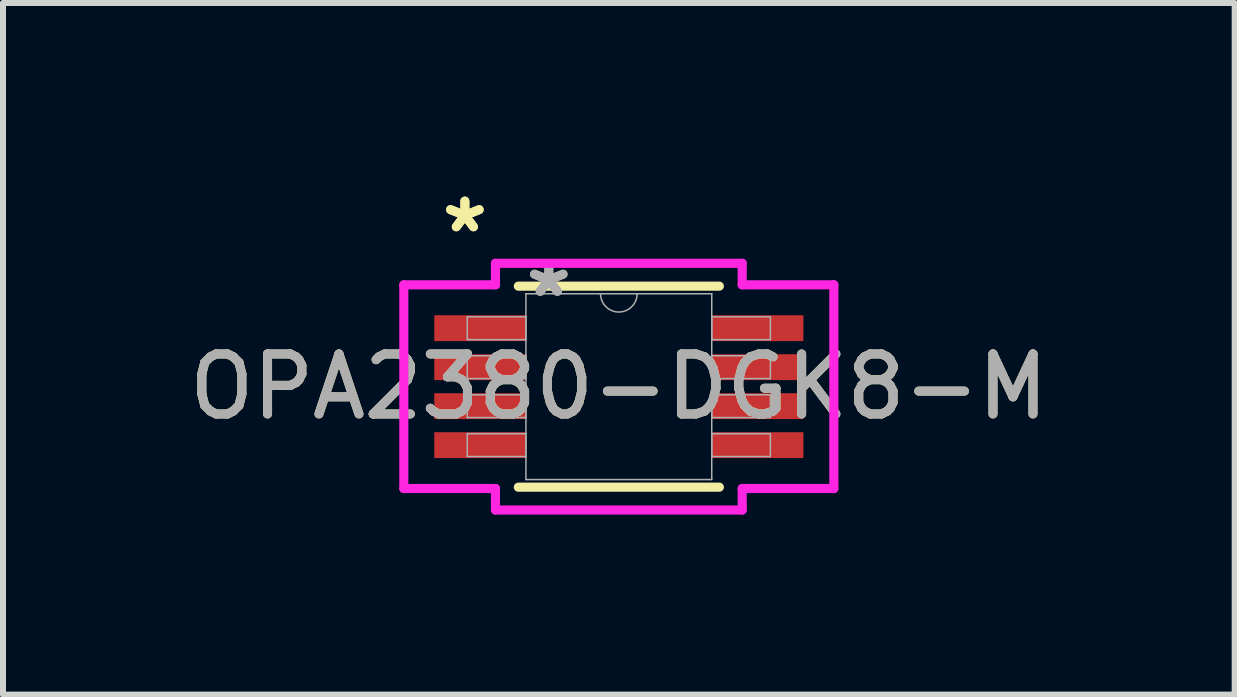
<source format=kicad_pcb>
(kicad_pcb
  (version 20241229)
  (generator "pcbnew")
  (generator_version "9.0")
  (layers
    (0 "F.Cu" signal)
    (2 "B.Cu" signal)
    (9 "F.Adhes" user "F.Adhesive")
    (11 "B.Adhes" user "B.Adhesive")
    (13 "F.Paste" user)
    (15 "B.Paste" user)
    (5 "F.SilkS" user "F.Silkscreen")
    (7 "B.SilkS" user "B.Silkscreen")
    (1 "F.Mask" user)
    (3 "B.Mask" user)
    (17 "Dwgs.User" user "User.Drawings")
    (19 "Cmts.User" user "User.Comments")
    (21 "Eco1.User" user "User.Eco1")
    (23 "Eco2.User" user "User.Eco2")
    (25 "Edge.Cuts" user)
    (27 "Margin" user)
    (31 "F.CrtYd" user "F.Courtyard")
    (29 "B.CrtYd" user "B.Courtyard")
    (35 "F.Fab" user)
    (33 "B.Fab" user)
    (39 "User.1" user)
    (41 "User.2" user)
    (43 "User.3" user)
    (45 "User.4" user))
  (footprint "OPA2380-DGK8-M"
    (layer "F.Cu")
    (at 7.268 3.397)
    (property "Reference" "OPA2380-DGK8-M" (at 0 0 0) (unlocked yes) (layer "F.SilkS") (effects (font (size 1 1) (thickness 0.15))))
    (attr smd)
    (fp_line (start -1.676 1.676) (end 1.676 1.676) (stroke (width 0.152) (type solid)) (layer "F.SilkS"))
    (fp_line (start 1.676 -1.676) (end -1.676 -1.676) (stroke (width 0.152) (type solid)) (layer "F.SilkS"))
    (fp_line (start -3.585 -1.698) (end -2.057 -1.698) (stroke (width 0.152) (type solid)) (layer "F.CrtYd"))
    (fp_line (start -3.585 1.698) (end -3.585 -1.698) (stroke (width 0.152) (type solid)) (layer "F.CrtYd"))
    (fp_line (start -3.585 1.698) (end -2.057 1.698) (stroke (width 0.152) (type solid)) (layer "F.CrtYd"))
    (fp_line (start -2.057 -2.057) (end 2.057 -2.057) (stroke (width 0.152) (type solid)) (layer "F.CrtYd"))
    (fp_line (start -2.057 -1.698) (end -2.057 -2.057) (stroke (width 0.152) (type solid)) (layer "F.CrtYd"))
    (fp_line (start -2.057 2.057) (end -2.057 1.698) (stroke (width 0.152) (type solid)) (layer "F.CrtYd"))
    (fp_line (start 2.057 -2.057) (end 2.057 -1.698) (stroke (width 0.152) (type solid)) (layer "F.CrtYd"))
    (fp_line (start 2.057 1.698) (end 2.057 2.057) (stroke (width 0.152) (type solid)) (layer "F.CrtYd"))
    (fp_line (start 2.057 2.057) (end -2.057 2.057) (stroke (width 0.152) (type solid)) (layer "F.CrtYd"))
    (fp_line (start 3.585 -1.698) (end 2.057 -1.698) (stroke (width 0.152) (type solid)) (layer "F.CrtYd"))
    (fp_line (start 3.585 -1.698) (end 3.585 1.698) (stroke (width 0.152) (type solid)) (layer "F.CrtYd"))
    (fp_line (start 3.585 1.698) (end 2.057 1.698) (stroke (width 0.152) (type solid)) (layer "F.CrtYd"))
    (fp_line (start -2.527 -1.165) (end -2.527 -0.784) (stroke (width 0.025) (type solid)) (layer "F.Fab"))
    (fp_line (start -2.527 -0.784) (end -1.549 -0.784) (stroke (width 0.025) (type solid)) (layer "F.Fab"))
    (fp_line (start -2.527 -0.515) (end -2.527 -0.135) (stroke (width 0.025) (type solid)) (layer "F.Fab"))
    (fp_line (start -2.527 -0.135) (end -1.549 -0.135) (stroke (width 0.025) (type solid)) (layer "F.Fab"))
    (fp_line (start -2.527 0.135) (end -2.527 0.515) (stroke (width 0.025) (type solid)) (layer "F.Fab"))
    (fp_line (start -2.527 0.515) (end -1.549 0.515) (stroke (width 0.025) (type solid)) (layer "F.Fab"))
    (fp_line (start -2.527 0.784) (end -2.527 1.165) (stroke (width 0.025) (type solid)) (layer "F.Fab"))
    (fp_line (start -2.527 1.165) (end -1.549 1.165) (stroke (width 0.025) (type solid)) (layer "F.Fab"))
    (fp_line (start -1.549 -1.549) (end -1.549 1.549) (stroke (width 0.025) (type solid)) (layer "F.Fab"))
    (fp_line (start -1.549 -1.165) (end -2.527 -1.165) (stroke (width 0.025) (type solid)) (layer "F.Fab"))
    (fp_line (start -1.549 -0.784) (end -1.549 -1.165) (stroke (width 0.025) (type solid)) (layer "F.Fab"))
    (fp_line (start -1.549 -0.515) (end -2.527 -0.515) (stroke (width 0.025) (type solid)) (layer "F.Fab"))
    (fp_line (start -1.549 -0.135) (end -1.549 -0.515) (stroke (width 0.025) (type solid)) (layer "F.Fab"))
    (fp_line (start -1.549 0.135) (end -2.527 0.135) (stroke (width 0.025) (type solid)) (layer "F.Fab"))
    (fp_line (start -1.549 0.515) (end -1.549 0.135) (stroke (width 0.025) (type solid)) (layer "F.Fab"))
    (fp_line (start -1.549 0.784) (end -2.527 0.784) (stroke (width 0.025) (type solid)) (layer "F.Fab"))
    (fp_line (start -1.549 1.165) (end -1.549 0.784) (stroke (width 0.025) (type solid)) (layer "F.Fab"))
    (fp_line (start -1.549 1.549) (end 1.549 1.549) (stroke (width 0.025) (type solid)) (layer "F.Fab"))
    (fp_line (start 1.549 -1.549) (end -1.549 -1.549) (stroke (width 0.025) (type solid)) (layer "F.Fab"))
    (fp_line (start 1.549 -1.165) (end 1.549 -0.784) (stroke (width 0.025) (type solid)) (layer "F.Fab"))
    (fp_line (start 1.549 -0.784) (end 2.527 -0.784) (stroke (width 0.025) (type solid)) (layer "F.Fab"))
    (fp_line (start 1.549 -0.515) (end 1.549 -0.135) (stroke (width 0.025) (type solid)) (layer "F.Fab"))
    (fp_line (start 1.549 -0.135) (end 2.527 -0.135) (stroke (width 0.025) (type solid)) (layer "F.Fab"))
    (fp_line (start 1.549 0.135) (end 1.549 0.515) (stroke (width 0.025) (type solid)) (layer "F.Fab"))
    (fp_line (start 1.549 0.515) (end 2.527 0.515) (stroke (width 0.025) (type solid)) (layer "F.Fab"))
    (fp_line (start 1.549 0.784) (end 1.549 1.165) (stroke (width 0.025) (type solid)) (layer "F.Fab"))
    (fp_line (start 1.549 1.165) (end 2.527 1.165) (stroke (width 0.025) (type solid)) (layer "F.Fab"))
    (fp_line (start 1.549 1.549) (end 1.549 -1.549) (stroke (width 0.025) (type solid)) (layer "F.Fab"))
    (fp_line (start 2.527 -1.165) (end 1.549 -1.165) (stroke (width 0.025) (type solid)) (layer "F.Fab"))
    (fp_line (start 2.527 -0.784) (end 2.527 -1.165) (stroke (width 0.025) (type solid)) (layer "F.Fab"))
    (fp_line (start 2.527 -0.515) (end 1.549 -0.515) (stroke (width 0.025) (type solid)) (layer "F.Fab"))
    (fp_line (start 2.527 -0.135) (end 2.527 -0.515) (stroke (width 0.025) (type solid)) (layer "F.Fab"))
    (fp_line (start 2.527 0.135) (end 1.549 0.135) (stroke (width 0.025) (type solid)) (layer "F.Fab"))
    (fp_line (start 2.527 0.515) (end 2.527 0.135) (stroke (width 0.025) (type solid)) (layer "F.Fab"))
    (fp_line (start 2.527 0.784) (end 1.549 0.784) (stroke (width 0.025) (type solid)) (layer "F.Fab"))
    (fp_line (start 2.527 1.165) (end 2.527 0.784) (stroke (width 0.025) (type solid)) (layer "F.Fab"))
    (fp_arc (start 0.3048 -1.5494) (mid 0 -1.2446) (end -0.3048 -1.5494) (stroke (width 0.0254) (type solid)) (layer "F.Fab"))
    (fp_text user "*" (at -2.567 -2.549 0) (layer "F.SilkS") (effects (font (size 1 1) (thickness 0.15))))
    (fp_text user "*" (at -2.567 -2.549 0) (unlocked yes) (layer "F.SilkS") (effects (font (size 1 1) (thickness 0.15))))
    (fp_text user "${REFERENCE}" (at 0 0 0) (unlocked yes) (layer "F.Fab") (effects (font (size 1 1) (thickness 0.15))))
    (fp_text user "*" (at -1.168 -1.473 0) (layer "F.Fab") (effects (font (size 1 1) (thickness 0.15))))
    (fp_text user "*" (at -1.168 -1.473 0) (unlocked yes) (layer "F.Fab") (effects (font (size 1 1) (thickness 0.15))))
    (pad "1" smd rect (at -2.313 -0.975) (size 1.528 0.431) (layers "F.Cu" "F.Mask" "F.Paste"))
    (pad "2" smd rect (at -2.313 -0.325) (size 1.528 0.431) (layers "F.Cu" "F.Mask" "F.Paste"))
    (pad "3" smd rect (at -2.313 0.325) (size 1.528 0.431) (layers "F.Cu" "F.Mask" "F.Paste"))
    (pad "4" smd rect (at -2.313 0.975) (size 1.528 0.431) (layers "F.Cu" "F.Mask" "F.Paste"))
    (pad "5" smd rect (at 2.313 0.975) (size 1.528 0.431) (layers "F.Cu" "F.Mask" "F.Paste"))
    (pad "6" smd rect (at 2.313 0.325) (size 1.528 0.431) (layers "F.Cu" "F.Mask" "F.Paste"))
    (pad "7" smd rect (at 2.313 -0.325) (size 1.528 0.431) (layers "F.Cu" "F.Mask" "F.Paste"))
    (pad "8" smd rect (at 2.313 -0.975) (size 1.528 0.431) (layers "F.Cu" "F.Mask" "F.Paste")))
  (gr_rect
    (start -3 -3)
    (end 17.536 8.531)
    (stroke (width 0.1) (type default))
    (fill no)
    (layer "Edge.Cuts")))
</source>
